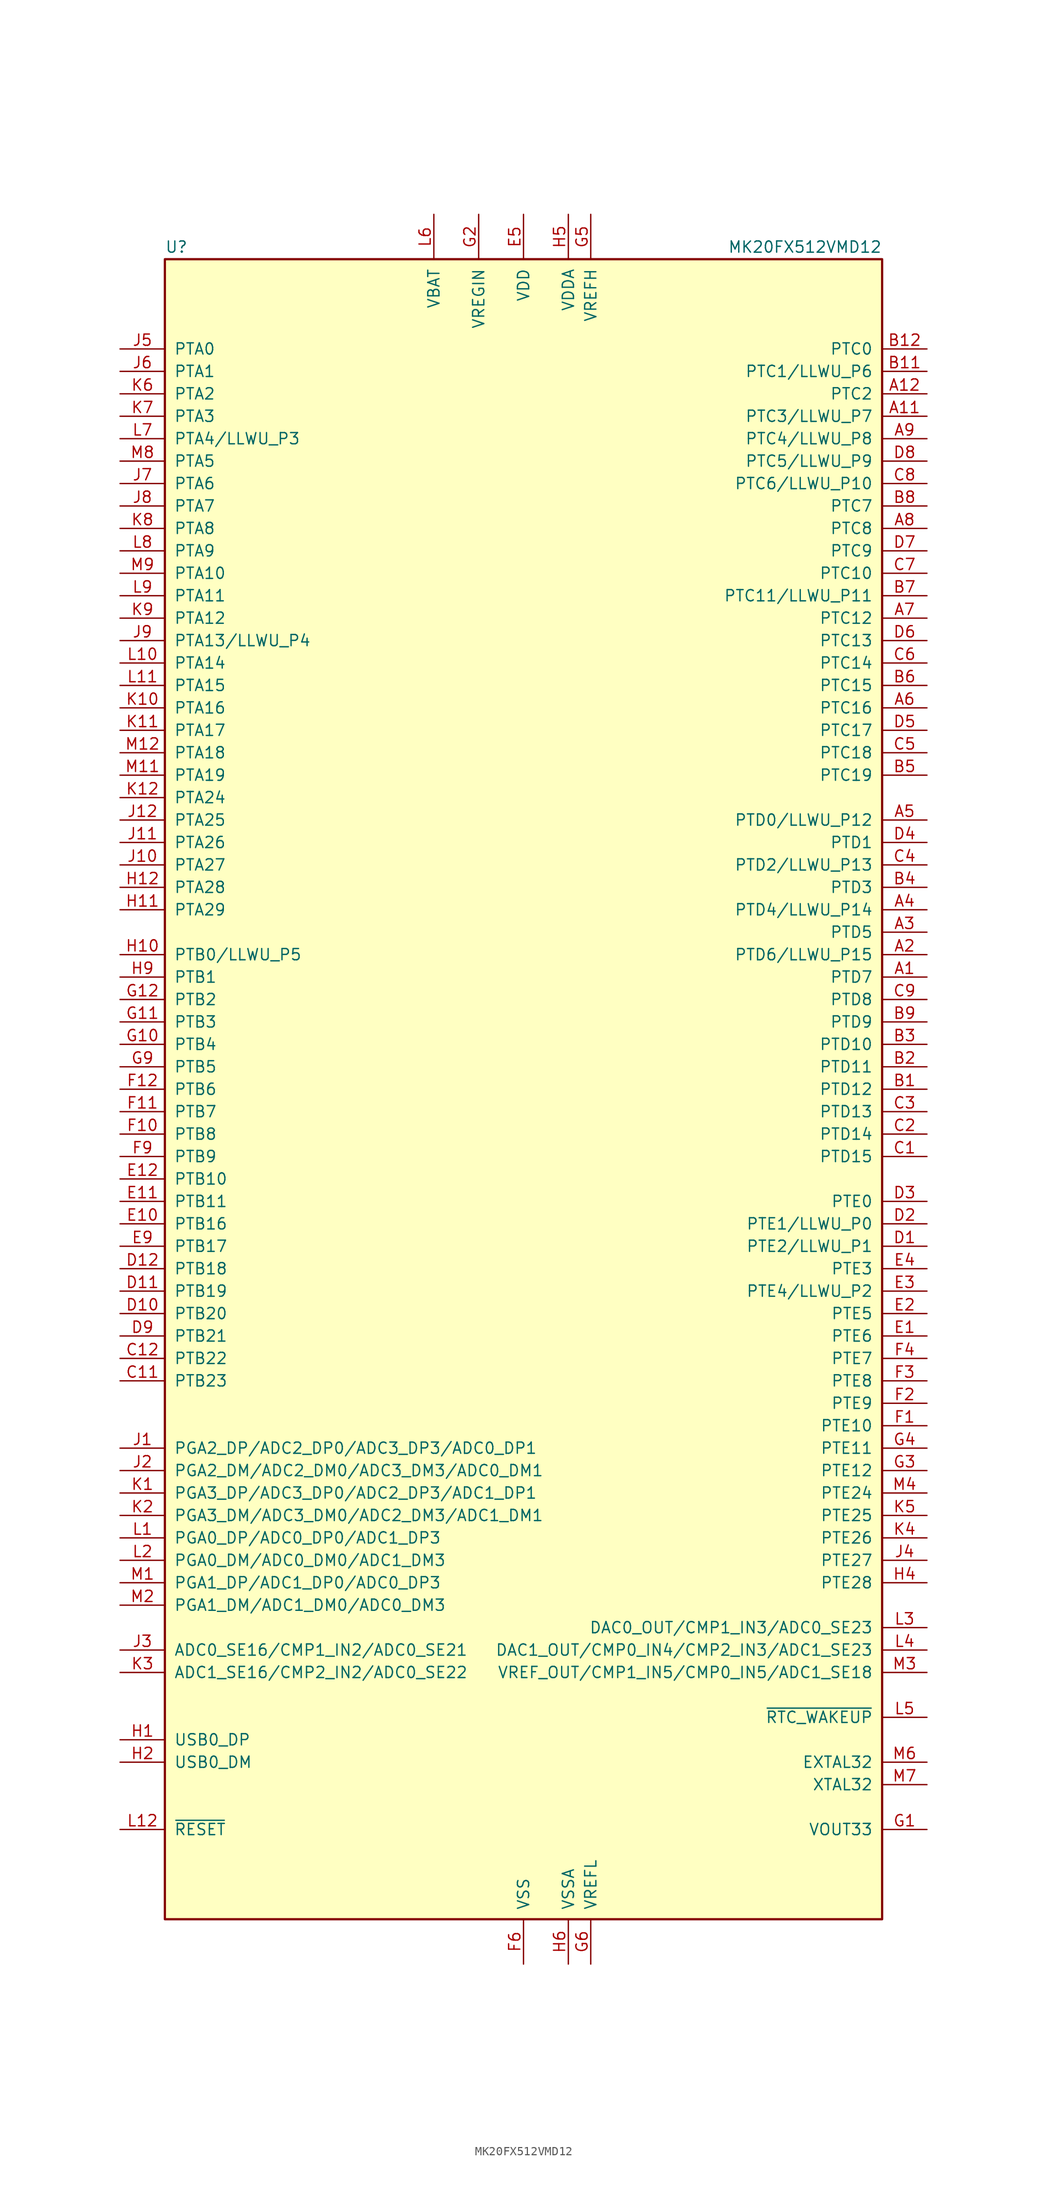
<source format=kicad_sym>
(kicad_symbol_lib
  (version 20200908)
  (generator kicad_symbol_editor)
  (symbol "MCU_NXP_Kinetis:MK20FX512VMD12"
    (pin_names
      (offset 1.016))
    (property "Reference" "U"
      (at -40.64 94.615 0)
      (effects (font (size 1.27 1.27)) (justify left bottom)))
    (property "Value" "MK20FX512VMD12"
      (at 40.64 94.615 0)
      (effects (font (size 1.27 1.27)) (justify right bottom)))
    (symbol "MK20FX512VMD12_0_1"
      (rectangle (start -40.64 93.98) (end 40.64 -93.98) (stroke (width 0.254)) (fill (type background))))
    (symbol "MK20FX512VMD12_1_1"
      (pin bidirectional line (at 45.72 12.7 180) (length 5.08) (name "PTD7" (effects (font (size 1.27 1.27)))) (number "A1" (effects (font (size 1.27 1.27)))))
      (pin unconnected line (at -12.7 -99.06 90) (length 5.08) hide (name "NC" (effects (font (size 1.27 1.27)))) (number "A10" (effects (font (size 1.27 1.27)))))
      (pin bidirectional line (at 45.72 76.2 180) (length 5.08) (name "PTC3/LLWU_P7" (effects (font (size 1.27 1.27)))) (number "A11" (effects (font (size 1.27 1.27)))))
      (pin bidirectional line (at 45.72 78.74 180) (length 5.08) (name "PTC2" (effects (font (size 1.27 1.27)))) (number "A12" (effects (font (size 1.27 1.27)))))
      (pin bidirectional line (at 45.72 15.24 180) (length 5.08) (name "PTD6/LLWU_P15" (effects (font (size 1.27 1.27)))) (number "A2" (effects (font (size 1.27 1.27)))))
      (pin bidirectional line (at 45.72 17.78 180) (length 5.08) (name "PTD5" (effects (font (size 1.27 1.27)))) (number "A3" (effects (font (size 1.27 1.27)))))
      (pin bidirectional line (at 45.72 20.32 180) (length 5.08) (name "PTD4/LLWU_P14" (effects (font (size 1.27 1.27)))) (number "A4" (effects (font (size 1.27 1.27)))))
      (pin bidirectional line (at 45.72 30.48 180) (length 5.08) (name "PTD0/LLWU_P12" (effects (font (size 1.27 1.27)))) (number "A5" (effects (font (size 1.27 1.27)))))
      (pin bidirectional line (at 45.72 43.18 180) (length 5.08) (name "PTC16" (effects (font (size 1.27 1.27)))) (number "A6" (effects (font (size 1.27 1.27)))))
      (pin bidirectional line (at 45.72 53.34 180) (length 5.08) (name "PTC12" (effects (font (size 1.27 1.27)))) (number "A7" (effects (font (size 1.27 1.27)))))
      (pin bidirectional line (at 45.72 63.5 180) (length 5.08) (name "PTC8" (effects (font (size 1.27 1.27)))) (number "A8" (effects (font (size 1.27 1.27)))))
      (pin bidirectional line (at 45.72 73.66 180) (length 5.08) (name "PTC4/LLWU_P8" (effects (font (size 1.27 1.27)))) (number "A9" (effects (font (size 1.27 1.27)))))
      (pin bidirectional line (at 45.72 0 180) (length 5.08) (name "PTD12" (effects (font (size 1.27 1.27)))) (number "B1" (effects (font (size 1.27 1.27)))))
      (pin unconnected line (at -10.16 -99.06 90) (length 5.08) hide (name "NC" (effects (font (size 1.27 1.27)))) (number "B10" (effects (font (size 1.27 1.27)))))
      (pin bidirectional line (at 45.72 81.28 180) (length 5.08) (name "PTC1/LLWU_P6" (effects (font (size 1.27 1.27)))) (number "B11" (effects (font (size 1.27 1.27)))))
      (pin bidirectional line (at 45.72 83.82 180) (length 5.08) (name "PTC0" (effects (font (size 1.27 1.27)))) (number "B12" (effects (font (size 1.27 1.27)))))
      (pin bidirectional line (at 45.72 2.54 180) (length 5.08) (name "PTD11" (effects (font (size 1.27 1.27)))) (number "B2" (effects (font (size 1.27 1.27)))))
      (pin bidirectional line (at 45.72 5.08 180) (length 5.08) (name "PTD10" (effects (font (size 1.27 1.27)))) (number "B3" (effects (font (size 1.27 1.27)))))
      (pin bidirectional line (at 45.72 22.86 180) (length 5.08) (name "PTD3" (effects (font (size 1.27 1.27)))) (number "B4" (effects (font (size 1.27 1.27)))))
      (pin bidirectional line (at 45.72 35.56 180) (length 5.08) (name "PTC19" (effects (font (size 1.27 1.27)))) (number "B5" (effects (font (size 1.27 1.27)))))
      (pin bidirectional line (at 45.72 45.72 180) (length 5.08) (name "PTC15" (effects (font (size 1.27 1.27)))) (number "B6" (effects (font (size 1.27 1.27)))))
      (pin bidirectional line (at 45.72 55.88 180) (length 5.08) (name "PTC11/LLWU_P11" (effects (font (size 1.27 1.27)))) (number "B7" (effects (font (size 1.27 1.27)))))
      (pin bidirectional line (at 45.72 66.04 180) (length 5.08) (name "PTC7" (effects (font (size 1.27 1.27)))) (number "B8" (effects (font (size 1.27 1.27)))))
      (pin bidirectional line (at 45.72 7.62 180) (length 5.08) (name "PTD9" (effects (font (size 1.27 1.27)))) (number "B9" (effects (font (size 1.27 1.27)))))
      (pin bidirectional line (at 45.72 -7.62 180) (length 5.08) (name "PTD15" (effects (font (size 1.27 1.27)))) (number "C1" (effects (font (size 1.27 1.27)))))
      (pin unconnected line (at -7.62 -99.06 90) (length 5.08) hide (name "NC" (effects (font (size 1.27 1.27)))) (number "C10" (effects (font (size 1.27 1.27)))))
      (pin bidirectional line (at -45.72 -33.02 0) (length 5.08) (name "PTB23" (effects (font (size 1.27 1.27)))) (number "C11" (effects (font (size 1.27 1.27)))))
      (pin bidirectional line (at -45.72 -30.48 0) (length 5.08) (name "PTB22" (effects (font (size 1.27 1.27)))) (number "C12" (effects (font (size 1.27 1.27)))))
      (pin bidirectional line (at 45.72 -5.08 180) (length 5.08) (name "PTD14" (effects (font (size 1.27 1.27)))) (number "C2" (effects (font (size 1.27 1.27)))))
      (pin bidirectional line (at 45.72 -2.54 180) (length 5.08) (name "PTD13" (effects (font (size 1.27 1.27)))) (number "C3" (effects (font (size 1.27 1.27)))))
      (pin bidirectional line (at 45.72 25.4 180) (length 5.08) (name "PTD2/LLWU_P13" (effects (font (size 1.27 1.27)))) (number "C4" (effects (font (size 1.27 1.27)))))
      (pin bidirectional line (at 45.72 38.1 180) (length 5.08) (name "PTC18" (effects (font (size 1.27 1.27)))) (number "C5" (effects (font (size 1.27 1.27)))))
      (pin bidirectional line (at 45.72 48.26 180) (length 5.08) (name "PTC14" (effects (font (size 1.27 1.27)))) (number "C6" (effects (font (size 1.27 1.27)))))
      (pin bidirectional line (at 45.72 58.42 180) (length 5.08) (name "PTC10" (effects (font (size 1.27 1.27)))) (number "C7" (effects (font (size 1.27 1.27)))))
      (pin bidirectional line (at 45.72 68.58 180) (length 5.08) (name "PTC6/LLWU_P10" (effects (font (size 1.27 1.27)))) (number "C8" (effects (font (size 1.27 1.27)))))
      (pin bidirectional line (at 45.72 10.16 180) (length 5.08) (name "PTD8" (effects (font (size 1.27 1.27)))) (number "C9" (effects (font (size 1.27 1.27)))))
      (pin bidirectional line (at 45.72 -17.78 180) (length 5.08) (name "PTE2/LLWU_P1" (effects (font (size 1.27 1.27)))) (number "D1" (effects (font (size 1.27 1.27)))))
      (pin bidirectional line (at -45.72 -25.4 0) (length 5.08) (name "PTB20" (effects (font (size 1.27 1.27)))) (number "D10" (effects (font (size 1.27 1.27)))))
      (pin bidirectional line (at -45.72 -22.86 0) (length 5.08) (name "PTB19" (effects (font (size 1.27 1.27)))) (number "D11" (effects (font (size 1.27 1.27)))))
      (pin bidirectional line (at -45.72 -20.32 0) (length 5.08) (name "PTB18" (effects (font (size 1.27 1.27)))) (number "D12" (effects (font (size 1.27 1.27)))))
      (pin bidirectional line (at 45.72 -15.24 180) (length 5.08) (name "PTE1/LLWU_P0" (effects (font (size 1.27 1.27)))) (number "D2" (effects (font (size 1.27 1.27)))))
      (pin bidirectional line (at 45.72 -12.7 180) (length 5.08) (name "PTE0" (effects (font (size 1.27 1.27)))) (number "D3" (effects (font (size 1.27 1.27)))))
      (pin bidirectional line (at 45.72 27.94 180) (length 5.08) (name "PTD1" (effects (font (size 1.27 1.27)))) (number "D4" (effects (font (size 1.27 1.27)))))
      (pin bidirectional line (at 45.72 40.64 180) (length 5.08) (name "PTC17" (effects (font (size 1.27 1.27)))) (number "D5" (effects (font (size 1.27 1.27)))))
      (pin bidirectional line (at 45.72 50.8 180) (length 5.08) (name "PTC13" (effects (font (size 1.27 1.27)))) (number "D6" (effects (font (size 1.27 1.27)))))
      (pin bidirectional line (at 45.72 60.96 180) (length 5.08) (name "PTC9" (effects (font (size 1.27 1.27)))) (number "D7" (effects (font (size 1.27 1.27)))))
      (pin bidirectional line (at 45.72 71.12 180) (length 5.08) (name "PTC5/LLWU_P9" (effects (font (size 1.27 1.27)))) (number "D8" (effects (font (size 1.27 1.27)))))
      (pin bidirectional line (at -45.72 -27.94 0) (length 5.08) (name "PTB21" (effects (font (size 1.27 1.27)))) (number "D9" (effects (font (size 1.27 1.27)))))
      (pin bidirectional line (at 45.72 -27.94 180) (length 5.08) (name "PTE6" (effects (font (size 1.27 1.27)))) (number "E1" (effects (font (size 1.27 1.27)))))
      (pin bidirectional line (at -45.72 -15.24 0) (length 5.08) (name "PTB16" (effects (font (size 1.27 1.27)))) (number "E10" (effects (font (size 1.27 1.27)))))
      (pin bidirectional line (at -45.72 -12.7 0) (length 5.08) (name "PTB11" (effects (font (size 1.27 1.27)))) (number "E11" (effects (font (size 1.27 1.27)))))
      (pin bidirectional line (at -45.72 -10.16 0) (length 5.08) (name "PTB10" (effects (font (size 1.27 1.27)))) (number "E12" (effects (font (size 1.27 1.27)))))
      (pin bidirectional line (at 45.72 -25.4 180) (length 5.08) (name "PTE5" (effects (font (size 1.27 1.27)))) (number "E2" (effects (font (size 1.27 1.27)))))
      (pin bidirectional line (at 45.72 -22.86 180) (length 5.08) (name "PTE4/LLWU_P2" (effects (font (size 1.27 1.27)))) (number "E3" (effects (font (size 1.27 1.27)))))
      (pin bidirectional line (at 45.72 -20.32 180) (length 5.08) (name "PTE3" (effects (font (size 1.27 1.27)))) (number "E4" (effects (font (size 1.27 1.27)))))
      (pin power_in line (at 0 99.06 270) (length 5.08) (name "VDD" (effects (font (size 1.27 1.27)))) (number "E5" (effects (font (size 1.27 1.27)))))
      (pin passive line (at 0 99.06 270) (length 5.08) hide (name "VDD" (effects (font (size 1.27 1.27)))) (number "E6" (effects (font (size 1.27 1.27)))))
      (pin passive line (at 0 99.06 270) (length 5.08) hide (name "VDD" (effects (font (size 1.27 1.27)))) (number "E7" (effects (font (size 1.27 1.27)))))
      (pin passive line (at 0 99.06 270) (length 5.08) hide (name "VDD" (effects (font (size 1.27 1.27)))) (number "E8" (effects (font (size 1.27 1.27)))))
      (pin bidirectional line (at -45.72 -17.78 0) (length 5.08) (name "PTB17" (effects (font (size 1.27 1.27)))) (number "E9" (effects (font (size 1.27 1.27)))))
      (pin bidirectional line (at 45.72 -38.1 180) (length 5.08) (name "PTE10" (effects (font (size 1.27 1.27)))) (number "F1" (effects (font (size 1.27 1.27)))))
      (pin bidirectional line (at -45.72 -5.08 0) (length 5.08) (name "PTB8" (effects (font (size 1.27 1.27)))) (number "F10" (effects (font (size 1.27 1.27)))))
      (pin bidirectional line (at -45.72 -2.54 0) (length 5.08) (name "PTB7" (effects (font (size 1.27 1.27)))) (number "F11" (effects (font (size 1.27 1.27)))))
      (pin bidirectional line (at -45.72 0 0) (length 5.08) (name "PTB6" (effects (font (size 1.27 1.27)))) (number "F12" (effects (font (size 1.27 1.27)))))
      (pin bidirectional line (at 45.72 -35.56 180) (length 5.08) (name "PTE9" (effects (font (size 1.27 1.27)))) (number "F2" (effects (font (size 1.27 1.27)))))
      (pin bidirectional line (at 45.72 -33.02 180) (length 5.08) (name "PTE8" (effects (font (size 1.27 1.27)))) (number "F3" (effects (font (size 1.27 1.27)))))
      (pin bidirectional line (at 45.72 -30.48 180) (length 5.08) (name "PTE7" (effects (font (size 1.27 1.27)))) (number "F4" (effects (font (size 1.27 1.27)))))
      (pin passive line (at 0 99.06 270) (length 5.08) hide (name "VDD" (effects (font (size 1.27 1.27)))) (number "F5" (effects (font (size 1.27 1.27)))))
      (pin power_in line (at 0 -99.06 90) (length 5.08) (name "VSS" (effects (font (size 1.27 1.27)))) (number "F6" (effects (font (size 1.27 1.27)))))
      (pin passive line (at 0 -99.06 90) (length 5.08) hide (name "VSS" (effects (font (size 1.27 1.27)))) (number "F7" (effects (font (size 1.27 1.27)))))
      (pin passive line (at 0 99.06 270) (length 5.08) hide (name "VDD" (effects (font (size 1.27 1.27)))) (number "F8" (effects (font (size 1.27 1.27)))))
      (pin bidirectional line (at -45.72 -7.62 0) (length 5.08) (name "PTB9" (effects (font (size 1.27 1.27)))) (number "F9" (effects (font (size 1.27 1.27)))))
      (pin power_out line (at 45.72 -83.82 180) (length 5.08) (name "VOUT33" (effects (font (size 1.27 1.27)))) (number "G1" (effects (font (size 1.27 1.27)))))
      (pin bidirectional line (at -45.72 5.08 0) (length 5.08) (name "PTB4" (effects (font (size 1.27 1.27)))) (number "G10" (effects (font (size 1.27 1.27)))))
      (pin bidirectional line (at -45.72 7.62 0) (length 5.08) (name "PTB3" (effects (font (size 1.27 1.27)))) (number "G11" (effects (font (size 1.27 1.27)))))
      (pin bidirectional line (at -45.72 10.16 0) (length 5.08) (name "PTB2" (effects (font (size 1.27 1.27)))) (number "G12" (effects (font (size 1.27 1.27)))))
      (pin power_in line (at -5.08 99.06 270) (length 5.08) (name "VREGIN" (effects (font (size 1.27 1.27)))) (number "G2" (effects (font (size 1.27 1.27)))))
      (pin bidirectional line (at 45.72 -43.18 180) (length 5.08) (name "PTE12" (effects (font (size 1.27 1.27)))) (number "G3" (effects (font (size 1.27 1.27)))))
      (pin bidirectional line (at 45.72 -40.64 180) (length 5.08) (name "PTE11" (effects (font (size 1.27 1.27)))) (number "G4" (effects (font (size 1.27 1.27)))))
      (pin power_in line (at 7.62 99.06 270) (length 5.08) (name "VREFH" (effects (font (size 1.27 1.27)))) (number "G5" (effects (font (size 1.27 1.27)))))
      (pin power_in line (at 7.62 -99.06 90) (length 5.08) (name "VREFL" (effects (font (size 1.27 1.27)))) (number "G6" (effects (font (size 1.27 1.27)))))
      (pin passive line (at 0 -99.06 90) (length 5.08) hide (name "VSS" (effects (font (size 1.27 1.27)))) (number "G7" (effects (font (size 1.27 1.27)))))
      (pin passive line (at 0 -99.06 90) (length 5.08) hide (name "VSS" (effects (font (size 1.27 1.27)))) (number "G8" (effects (font (size 1.27 1.27)))))
      (pin bidirectional line (at -45.72 2.54 0) (length 5.08) (name "PTB5" (effects (font (size 1.27 1.27)))) (number "G9" (effects (font (size 1.27 1.27)))))
      (pin bidirectional line (at -45.72 -73.66 0) (length 5.08) (name "USB0_DP" (effects (font (size 1.27 1.27)))) (number "H1" (effects (font (size 1.27 1.27)))))
      (pin bidirectional line (at -45.72 15.24 0) (length 5.08) (name "PTB0/LLWU_P5" (effects (font (size 1.27 1.27)))) (number "H10" (effects (font (size 1.27 1.27)))))
      (pin bidirectional line (at -45.72 20.32 0) (length 5.08) (name "PTA29" (effects (font (size 1.27 1.27)))) (number "H11" (effects (font (size 1.27 1.27)))))
      (pin bidirectional line (at -45.72 22.86 0) (length 5.08) (name "PTA28" (effects (font (size 1.27 1.27)))) (number "H12" (effects (font (size 1.27 1.27)))))
      (pin bidirectional line (at -45.72 -76.2 0) (length 5.08) (name "USB0_DM" (effects (font (size 1.27 1.27)))) (number "H2" (effects (font (size 1.27 1.27)))))
      (pin passive line (at 0 -99.06 90) (length 5.08) hide (name "VSS" (effects (font (size 1.27 1.27)))) (number "H3" (effects (font (size 1.27 1.27)))))
      (pin bidirectional line (at 45.72 -55.88 180) (length 5.08) (name "PTE28" (effects (font (size 1.27 1.27)))) (number "H4" (effects (font (size 1.27 1.27)))))
      (pin power_in line (at 5.08 99.06 270) (length 5.08) (name "VDDA" (effects (font (size 1.27 1.27)))) (number "H5" (effects (font (size 1.27 1.27)))))
      (pin power_in line (at 5.08 -99.06 90) (length 5.08) (name "VSSA" (effects (font (size 1.27 1.27)))) (number "H6" (effects (font (size 1.27 1.27)))))
      (pin passive line (at 0 -99.06 90) (length 5.08) hide (name "VSS" (effects (font (size 1.27 1.27)))) (number "H7" (effects (font (size 1.27 1.27)))))
      (pin passive line (at 0 -99.06 90) (length 5.08) hide (name "VSS" (effects (font (size 1.27 1.27)))) (number "H8" (effects (font (size 1.27 1.27)))))
      (pin bidirectional line (at -45.72 12.7 0) (length 5.08) (name "PTB1" (effects (font (size 1.27 1.27)))) (number "H9" (effects (font (size 1.27 1.27)))))
      (pin input line (at -45.72 -40.64 0) (length 5.08) (name "PGA2_DP/ADC2_DP0/ADC3_DP3/ADC0_DP1" (effects (font (size 1.27 1.27)))) (number "J1" (effects (font (size 1.27 1.27)))))
      (pin bidirectional line (at -45.72 25.4 0) (length 5.08) (name "PTA27" (effects (font (size 1.27 1.27)))) (number "J10" (effects (font (size 1.27 1.27)))))
      (pin bidirectional line (at -45.72 27.94 0) (length 5.08) (name "PTA26" (effects (font (size 1.27 1.27)))) (number "J11" (effects (font (size 1.27 1.27)))))
      (pin bidirectional line (at -45.72 30.48 0) (length 5.08) (name "PTA25" (effects (font (size 1.27 1.27)))) (number "J12" (effects (font (size 1.27 1.27)))))
      (pin input line (at -45.72 -43.18 0) (length 5.08) (name "PGA2_DM/ADC2_DM0/ADC3_DM3/ADC0_DM1" (effects (font (size 1.27 1.27)))) (number "J2" (effects (font (size 1.27 1.27)))))
      (pin input line (at -45.72 -63.5 0) (length 5.08) (name "ADC0_SE16/CMP1_IN2/ADC0_SE21" (effects (font (size 1.27 1.27)))) (number "J3" (effects (font (size 1.27 1.27)))))
      (pin bidirectional line (at 45.72 -53.34 180) (length 5.08) (name "PTE27" (effects (font (size 1.27 1.27)))) (number "J4" (effects (font (size 1.27 1.27)))))
      (pin bidirectional line (at -45.72 83.82 0) (length 5.08) (name "PTA0" (effects (font (size 1.27 1.27)))) (number "J5" (effects (font (size 1.27 1.27)))))
      (pin bidirectional line (at -45.72 81.28 0) (length 5.08) (name "PTA1" (effects (font (size 1.27 1.27)))) (number "J6" (effects (font (size 1.27 1.27)))))
      (pin bidirectional line (at -45.72 68.58 0) (length 5.08) (name "PTA6" (effects (font (size 1.27 1.27)))) (number "J7" (effects (font (size 1.27 1.27)))))
      (pin bidirectional line (at -45.72 66.04 0) (length 5.08) (name "PTA7" (effects (font (size 1.27 1.27)))) (number "J8" (effects (font (size 1.27 1.27)))))
      (pin bidirectional line (at -45.72 50.8 0) (length 5.08) (name "PTA13/LLWU_P4" (effects (font (size 1.27 1.27)))) (number "J9" (effects (font (size 1.27 1.27)))))
      (pin input line (at -45.72 -45.72 0) (length 5.08) (name "PGA3_DP/ADC3_DP0/ADC2_DP3/ADC1_DP1" (effects (font (size 1.27 1.27)))) (number "K1" (effects (font (size 1.27 1.27)))))
      (pin bidirectional line (at -45.72 43.18 0) (length 5.08) (name "PTA16" (effects (font (size 1.27 1.27)))) (number "K10" (effects (font (size 1.27 1.27)))))
      (pin bidirectional line (at -45.72 40.64 0) (length 5.08) (name "PTA17" (effects (font (size 1.27 1.27)))) (number "K11" (effects (font (size 1.27 1.27)))))
      (pin bidirectional line (at -45.72 33.02 0) (length 5.08) (name "PTA24" (effects (font (size 1.27 1.27)))) (number "K12" (effects (font (size 1.27 1.27)))))
      (pin input line (at -45.72 -48.26 0) (length 5.08) (name "PGA3_DM/ADC3_DM0/ADC2_DM3/ADC1_DM1" (effects (font (size 1.27 1.27)))) (number "K2" (effects (font (size 1.27 1.27)))))
      (pin input line (at -45.72 -66.04 0) (length 5.08) (name "ADC1_SE16/CMP2_IN2/ADC0_SE22" (effects (font (size 1.27 1.27)))) (number "K3" (effects (font (size 1.27 1.27)))))
      (pin bidirectional line (at 45.72 -50.8 180) (length 5.08) (name "PTE26" (effects (font (size 1.27 1.27)))) (number "K4" (effects (font (size 1.27 1.27)))))
      (pin bidirectional line (at 45.72 -48.26 180) (length 5.08) (name "PTE25" (effects (font (size 1.27 1.27)))) (number "K5" (effects (font (size 1.27 1.27)))))
      (pin bidirectional line (at -45.72 78.74 0) (length 5.08) (name "PTA2" (effects (font (size 1.27 1.27)))) (number "K6" (effects (font (size 1.27 1.27)))))
      (pin bidirectional line (at -45.72 76.2 0) (length 5.08) (name "PTA3" (effects (font (size 1.27 1.27)))) (number "K7" (effects (font (size 1.27 1.27)))))
      (pin bidirectional line (at -45.72 63.5 0) (length 5.08) (name "PTA8" (effects (font (size 1.27 1.27)))) (number "K8" (effects (font (size 1.27 1.27)))))
      (pin bidirectional line (at -45.72 53.34 0) (length 5.08) (name "PTA12" (effects (font (size 1.27 1.27)))) (number "K9" (effects (font (size 1.27 1.27)))))
      (pin input line (at -45.72 -50.8 0) (length 5.08) (name "PGA0_DP/ADC0_DP0/ADC1_DP3" (effects (font (size 1.27 1.27)))) (number "L1" (effects (font (size 1.27 1.27)))))
      (pin bidirectional line (at -45.72 48.26 0) (length 5.08) (name "PTA14" (effects (font (size 1.27 1.27)))) (number "L10" (effects (font (size 1.27 1.27)))))
      (pin bidirectional line (at -45.72 45.72 0) (length 5.08) (name "PTA15" (effects (font (size 1.27 1.27)))) (number "L11" (effects (font (size 1.27 1.27)))))
      (pin bidirectional line (at -45.72 -83.82 0) (length 5.08) (name "~RESET" (effects (font (size 1.27 1.27)))) (number "L12" (effects (font (size 1.27 1.27)))))
      (pin input line (at -45.72 -53.34 0) (length 5.08) (name "PGA0_DM/ADC0_DM0/ADC1_DM3" (effects (font (size 1.27 1.27)))) (number "L2" (effects (font (size 1.27 1.27)))))
      (pin bidirectional line (at 45.72 -60.96 180) (length 5.08) (name "DAC0_OUT/CMP1_IN3/ADC0_SE23" (effects (font (size 1.27 1.27)))) (number "L3" (effects (font (size 1.27 1.27)))))
      (pin bidirectional line (at 45.72 -63.5 180) (length 5.08) (name "DAC1_OUT/CMP0_IN4/CMP2_IN3/ADC1_SE23" (effects (font (size 1.27 1.27)))) (number "L4" (effects (font (size 1.27 1.27)))))
      (pin output line (at 45.72 -71.12 180) (length 5.08) (name "~RTC_WAKEUP" (effects (font (size 1.27 1.27)))) (number "L5" (effects (font (size 1.27 1.27)))))
      (pin power_in line (at -10.16 99.06 270) (length 5.08) (name "VBAT" (effects (font (size 1.27 1.27)))) (number "L6" (effects (font (size 1.27 1.27)))))
      (pin bidirectional line (at -45.72 73.66 0) (length 5.08) (name "PTA4/LLWU_P3" (effects (font (size 1.27 1.27)))) (number "L7" (effects (font (size 1.27 1.27)))))
      (pin bidirectional line (at -45.72 60.96 0) (length 5.08) (name "PTA9" (effects (font (size 1.27 1.27)))) (number "L8" (effects (font (size 1.27 1.27)))))
      (pin bidirectional line (at -45.72 55.88 0) (length 5.08) (name "PTA11" (effects (font (size 1.27 1.27)))) (number "L9" (effects (font (size 1.27 1.27)))))
      (pin input line (at -45.72 -55.88 0) (length 5.08) (name "PGA1_DP/ADC1_DP0/ADC0_DP3" (effects (font (size 1.27 1.27)))) (number "M1" (effects (font (size 1.27 1.27)))))
      (pin passive line (at 0 -99.06 90) (length 5.08) hide (name "VSS" (effects (font (size 1.27 1.27)))) (number "M10" (effects (font (size 1.27 1.27)))))
      (pin bidirectional line (at -45.72 35.56 0) (length 5.08) (name "PTA19" (effects (font (size 1.27 1.27)))) (number "M11" (effects (font (size 1.27 1.27)))))
      (pin bidirectional line (at -45.72 38.1 0) (length 5.08) (name "PTA18" (effects (font (size 1.27 1.27)))) (number "M12" (effects (font (size 1.27 1.27)))))
      (pin input line (at -45.72 -58.42 0) (length 5.08) (name "PGA1_DM/ADC1_DM0/ADC0_DM3" (effects (font (size 1.27 1.27)))) (number "M2" (effects (font (size 1.27 1.27)))))
      (pin bidirectional line (at 45.72 -66.04 180) (length 5.08) (name "VREF_OUT/CMP1_IN5/CMP0_IN5/ADC1_SE18" (effects (font (size 1.27 1.27)))) (number "M3" (effects (font (size 1.27 1.27)))))
      (pin bidirectional line (at 45.72 -45.72 180) (length 5.08) (name "PTE24" (effects (font (size 1.27 1.27)))) (number "M4" (effects (font (size 1.27 1.27)))))
      (pin unconnected line (at -5.08 -99.06 90) (length 5.08) hide (name "NC" (effects (font (size 1.27 1.27)))) (number "M5" (effects (font (size 1.27 1.27)))))
      (pin input line (at 45.72 -76.2 180) (length 5.08) (name "EXTAL32" (effects (font (size 1.27 1.27)))) (number "M6" (effects (font (size 1.27 1.27)))))
      (pin output line (at 45.72 -78.74 180) (length 5.08) (name "XTAL32" (effects (font (size 1.27 1.27)))) (number "M7" (effects (font (size 1.27 1.27)))))
      (pin bidirectional line (at -45.72 71.12 0) (length 5.08) (name "PTA5" (effects (font (size 1.27 1.27)))) (number "M8" (effects (font (size 1.27 1.27)))))
      (pin bidirectional line (at -45.72 58.42 0) (length 5.08) (name "PTA10" (effects (font (size 1.27 1.27)))) (number "M9" (effects (font (size 1.27 1.27))))))))
</source>
